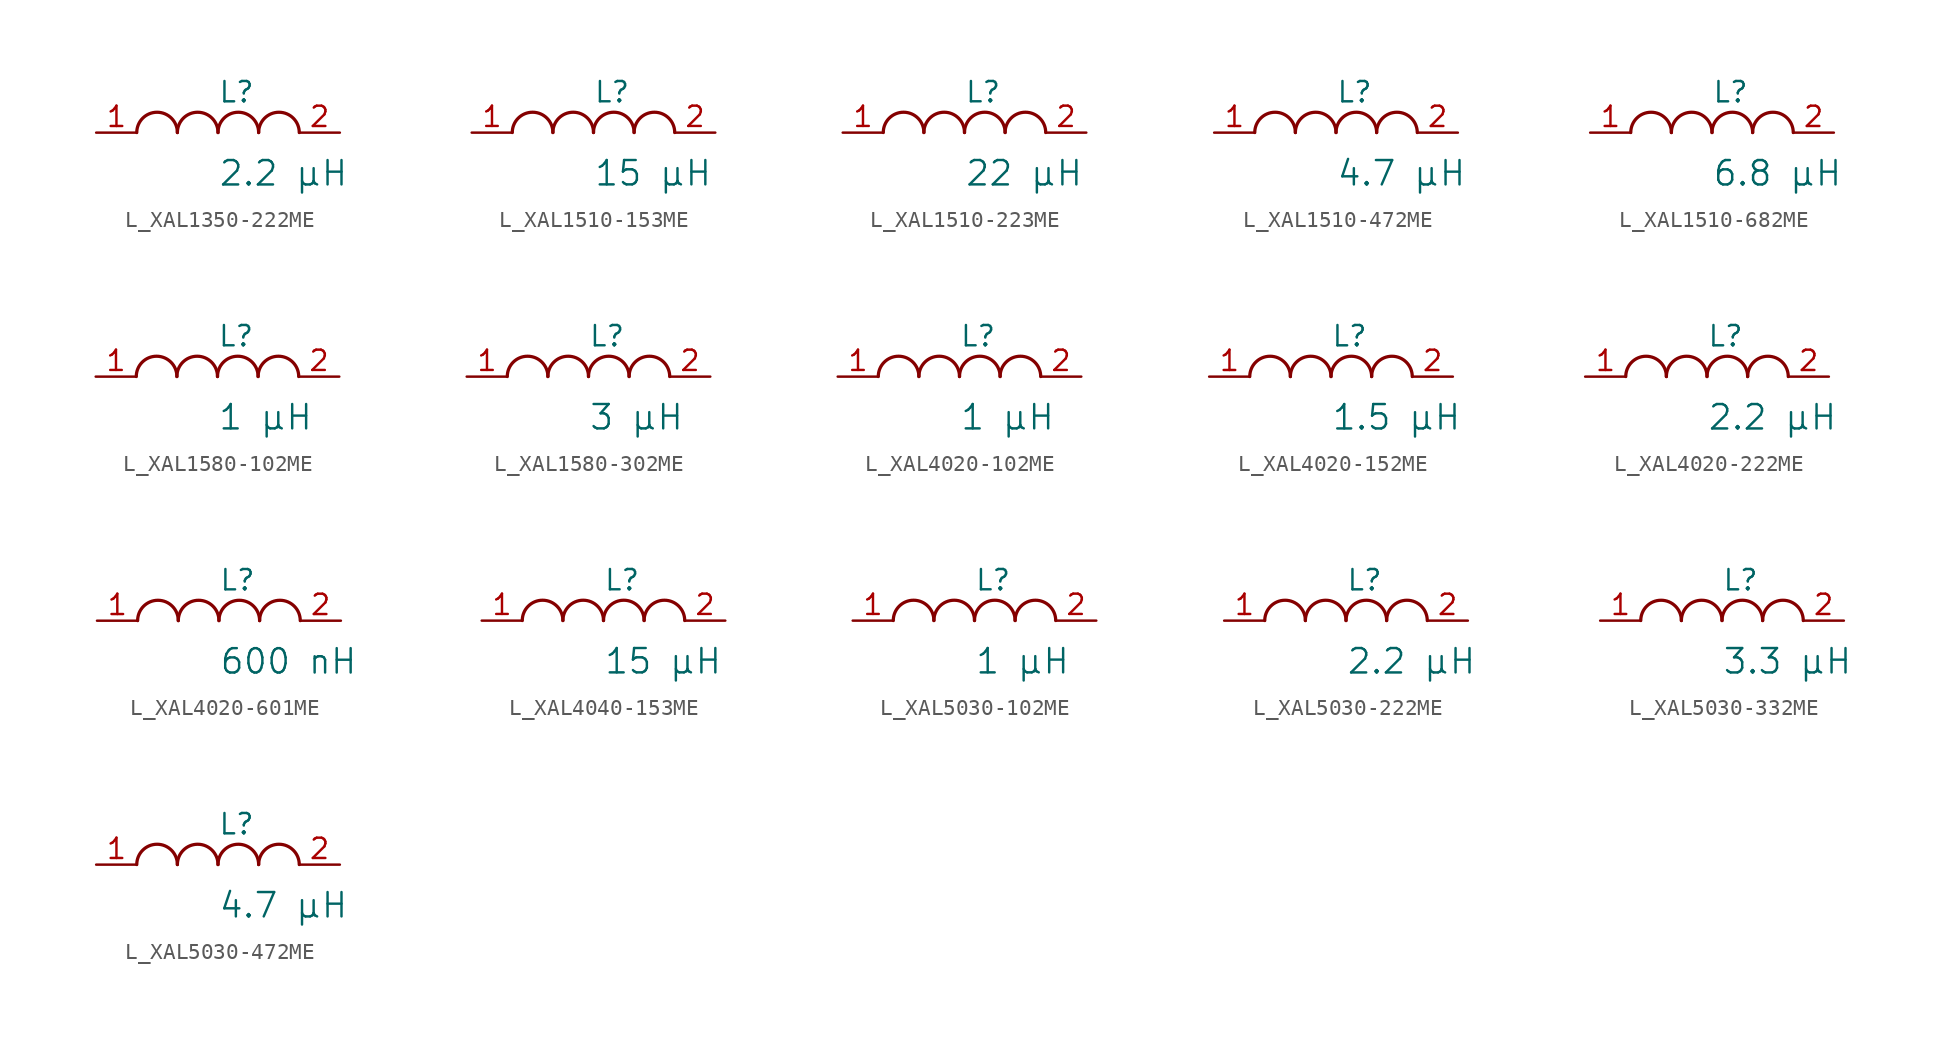
<source format=kicad_sym>
(kicad_symbol_lib
  (version 20231120)
  (generator "kicad_symbol_editor")
  (generator_version "8.0")
  (symbol "L_XAL1350-222ME"
    (pin_names
      (offset 0.254))
    (property "Reference" "L"
      (at 0 2.54 0)
      (effects (font (size 1.27 1.27)) (justify left)))
    (property "Value" "2.2 µH"
      (at 0 -2.54 0)
      (effects (font (size 1.524 1.524)) (justify left)))
    (symbol "L_XAL1350-222ME_1_1"
      (arc (start -2.54 0.0056) (mid -3.81 1.27) (end -5.08 0.0056) (stroke (width 0.2032) (type default)) (fill (type none)))
      (arc (start 0 0.0056) (mid -1.27 1.27) (end -2.54 0.0056) (stroke (width 0.2032) (type default)) (fill (type none)))
      (arc (start 2.54 0.0056) (mid 1.27 1.27) (end 0 0.0056) (stroke (width 0.2032) (type default)) (fill (type none)))
      (arc (start 5.08 0.0056) (mid 3.81 1.27) (end 2.54 0.0056) (stroke (width 0.2032) (type default)) (fill (type none)))
      (pin unspecified line (at -7.62 0 0) (length 2.54) (name "" (effects (font (size 1.27 1.27)))) (number "1" (effects (font (size 1.27 1.27)))))
      (pin unspecified line (at 7.62 0 180) (length 2.54) (name "" (effects (font (size 1.27 1.27)))) (number "2" (effects (font (size 1.27 1.27)))))))
  (symbol "L_XAL1510-153ME"
    (pin_names
      (offset 0.254))
    (property "Reference" "L"
      (at 0 2.54 0)
      (effects (font (size 1.27 1.27)) (justify left)))
    (property "Value" "15 µH"
      (at 0 -2.54 0)
      (effects (font (size 1.524 1.524)) (justify left)))
    (symbol "L_XAL1510-153ME_1_1"
      (arc (start -2.54 0.0056) (mid -3.81 1.27) (end -5.08 0.0056) (stroke (width 0.2032) (type default)) (fill (type none)))
      (arc (start 0 0.0056) (mid -1.27 1.27) (end -2.54 0.0056) (stroke (width 0.2032) (type default)) (fill (type none)))
      (arc (start 2.54 0.0056) (mid 1.27 1.27) (end 0 0.0056) (stroke (width 0.2032) (type default)) (fill (type none)))
      (arc (start 5.08 0.0056) (mid 3.81 1.27) (end 2.54 0.0056) (stroke (width 0.2032) (type default)) (fill (type none)))
      (pin unspecified line (at -7.62 0 0) (length 2.54) (name "" (effects (font (size 1.27 1.27)))) (number "1" (effects (font (size 1.27 1.27)))))
      (pin unspecified line (at 7.62 0 180) (length 2.54) (name "" (effects (font (size 1.27 1.27)))) (number "2" (effects (font (size 1.27 1.27)))))))
  (symbol "L_XAL1510-223ME"
    (pin_names
      (offset 0.254))
    (property "Reference" "L"
      (at 0 2.54 0)
      (effects (font (size 1.27 1.27)) (justify left)))
    (property "Value" "22 µH"
      (at 0 -2.54 0)
      (effects (font (size 1.524 1.524)) (justify left)))
    (symbol "L_XAL1510-223ME_1_1"
      (arc (start -2.54 0.0056) (mid -3.81 1.27) (end -5.08 0.0056) (stroke (width 0.2032) (type default)) (fill (type none)))
      (arc (start 0 0.0056) (mid -1.27 1.27) (end -2.54 0.0056) (stroke (width 0.2032) (type default)) (fill (type none)))
      (arc (start 2.54 0.0056) (mid 1.27 1.27) (end 0 0.0056) (stroke (width 0.2032) (type default)) (fill (type none)))
      (arc (start 5.08 0.0056) (mid 3.81 1.27) (end 2.54 0.0056) (stroke (width 0.2032) (type default)) (fill (type none)))
      (pin unspecified line (at -7.62 0 0) (length 2.54) (name "" (effects (font (size 1.27 1.27)))) (number "1" (effects (font (size 1.27 1.27)))))
      (pin unspecified line (at 7.62 0 180) (length 2.54) (name "" (effects (font (size 1.27 1.27)))) (number "2" (effects (font (size 1.27 1.27)))))))
  (symbol "L_XAL1510-472ME"
    (pin_names
      (offset 0.254))
    (property "Reference" "L"
      (at 0 2.54 0)
      (effects (font (size 1.27 1.27)) (justify left)))
    (property "Value" "4.7 µH"
      (at 0 -2.54 0)
      (effects (font (size 1.524 1.524)) (justify left)))
    (symbol "L_XAL1510-472ME_1_1"
      (arc (start -2.54 0.0056) (mid -3.81 1.27) (end -5.08 0.0056) (stroke (width 0.2032) (type default)) (fill (type none)))
      (arc (start 0 0.0056) (mid -1.27 1.27) (end -2.54 0.0056) (stroke (width 0.2032) (type default)) (fill (type none)))
      (arc (start 2.54 0.0056) (mid 1.27 1.27) (end 0 0.0056) (stroke (width 0.2032) (type default)) (fill (type none)))
      (arc (start 5.08 0.0056) (mid 3.81 1.27) (end 2.54 0.0056) (stroke (width 0.2032) (type default)) (fill (type none)))
      (pin unspecified line (at -7.62 0 0) (length 2.54) (name "" (effects (font (size 1.27 1.27)))) (number "1" (effects (font (size 1.27 1.27)))))
      (pin unspecified line (at 7.62 0 180) (length 2.54) (name "" (effects (font (size 1.27 1.27)))) (number "2" (effects (font (size 1.27 1.27)))))))
  (symbol "L_XAL1510-682ME"
    (pin_names
      (offset 0.254))
    (property "Reference" "L"
      (at 0 2.54 0)
      (effects (font (size 1.27 1.27)) (justify left)))
    (property "Value" "6.8 µH"
      (at 0 -2.54 0)
      (effects (font (size 1.524 1.524)) (justify left)))
    (symbol "L_XAL1510-682ME_1_1"
      (arc (start -2.54 0.0056) (mid -3.81 1.27) (end -5.08 0.0056) (stroke (width 0.2032) (type default)) (fill (type none)))
      (arc (start 0 0.0056) (mid -1.27 1.27) (end -2.54 0.0056) (stroke (width 0.2032) (type default)) (fill (type none)))
      (arc (start 2.54 0.0056) (mid 1.27 1.27) (end 0 0.0056) (stroke (width 0.2032) (type default)) (fill (type none)))
      (arc (start 5.08 0.0056) (mid 3.81 1.27) (end 2.54 0.0056) (stroke (width 0.2032) (type default)) (fill (type none)))
      (pin unspecified line (at -7.62 0 0) (length 2.54) (name "" (effects (font (size 1.27 1.27)))) (number "1" (effects (font (size 1.27 1.27)))))
      (pin unspecified line (at 7.62 0 180) (length 2.54) (name "" (effects (font (size 1.27 1.27)))) (number "2" (effects (font (size 1.27 1.27)))))))
  (symbol "L_XAL1580-102ME"
    (pin_names
      (offset 0.254))
    (property "Reference" "L"
      (at 0 2.54 0)
      (effects (font (size 1.27 1.27)) (justify left)))
    (property "Value" "1 µH"
      (at 0 -2.54 0)
      (effects (font (size 1.524 1.524)) (justify left)))
    (symbol "L_XAL1580-102ME_1_1"
      (arc (start -2.54 0.0056) (mid -3.81 1.27) (end -5.08 0.0056) (stroke (width 0.2032) (type default)) (fill (type none)))
      (arc (start 0 0.0056) (mid -1.27 1.27) (end -2.54 0.0056) (stroke (width 0.2032) (type default)) (fill (type none)))
      (arc (start 2.54 0.0056) (mid 1.27 1.27) (end 0 0.0056) (stroke (width 0.2032) (type default)) (fill (type none)))
      (arc (start 5.08 0.0056) (mid 3.81 1.27) (end 2.54 0.0056) (stroke (width 0.2032) (type default)) (fill (type none)))
      (pin unspecified line (at -7.62 0 0) (length 2.54) (name "" (effects (font (size 1.27 1.27)))) (number "1" (effects (font (size 1.27 1.27)))))
      (pin unspecified line (at 7.62 0 180) (length 2.54) (name "" (effects (font (size 1.27 1.27)))) (number "2" (effects (font (size 1.27 1.27)))))))
  (symbol "L_XAL1580-302ME"
    (pin_names
      (offset 0.254))
    (property "Reference" "L"
      (at 0 2.54 0)
      (effects (font (size 1.27 1.27)) (justify left)))
    (property "Value" "3 µH"
      (at 0 -2.54 0)
      (effects (font (size 1.524 1.524)) (justify left)))
    (symbol "L_XAL1580-302ME_1_1"
      (arc (start -2.54 0.0056) (mid -3.81 1.27) (end -5.08 0.0056) (stroke (width 0.2032) (type default)) (fill (type none)))
      (arc (start 0 0.0056) (mid -1.27 1.27) (end -2.54 0.0056) (stroke (width 0.2032) (type default)) (fill (type none)))
      (arc (start 2.54 0.0056) (mid 1.27 1.27) (end 0 0.0056) (stroke (width 0.2032) (type default)) (fill (type none)))
      (arc (start 5.08 0.0056) (mid 3.81 1.27) (end 2.54 0.0056) (stroke (width 0.2032) (type default)) (fill (type none)))
      (pin unspecified line (at -7.62 0 0) (length 2.54) (name "" (effects (font (size 1.27 1.27)))) (number "1" (effects (font (size 1.27 1.27)))))
      (pin unspecified line (at 7.62 0 180) (length 2.54) (name "" (effects (font (size 1.27 1.27)))) (number "2" (effects (font (size 1.27 1.27)))))))
  (symbol "L_XAL4020-102ME"
    (pin_names
      (offset 0.254))
    (property "Reference" "L"
      (at 0 2.54 0)
      (effects (font (size 1.27 1.27)) (justify left)))
    (property "Value" "1 µH"
      (at 0 -2.54 0)
      (effects (font (size 1.524 1.524)) (justify left)))
    (symbol "L_XAL4020-102ME_1_1"
      (arc (start -2.54 0.0056) (mid -3.81 1.27) (end -5.08 0.0056) (stroke (width 0.2032) (type default)) (fill (type none)))
      (arc (start 0 0.0056) (mid -1.27 1.27) (end -2.54 0.0056) (stroke (width 0.2032) (type default)) (fill (type none)))
      (arc (start 2.54 0.0056) (mid 1.27 1.27) (end 0 0.0056) (stroke (width 0.2032) (type default)) (fill (type none)))
      (arc (start 5.08 0.0056) (mid 3.81 1.27) (end 2.54 0.0056) (stroke (width 0.2032) (type default)) (fill (type none)))
      (pin unspecified line (at -7.62 0 0) (length 2.54) (name "" (effects (font (size 1.27 1.27)))) (number "1" (effects (font (size 1.27 1.27)))))
      (pin unspecified line (at 7.62 0 180) (length 2.54) (name "" (effects (font (size 1.27 1.27)))) (number "2" (effects (font (size 1.27 1.27)))))))
  (symbol "L_XAL4020-152ME"
    (pin_names
      (offset 0.254))
    (property "Reference" "L"
      (at 0 2.54 0)
      (effects (font (size 1.27 1.27)) (justify left)))
    (property "Value" "1.5 µH"
      (at 0 -2.54 0)
      (effects (font (size 1.524 1.524)) (justify left)))
    (symbol "L_XAL4020-152ME_1_1"
      (arc (start -2.54 0.0056) (mid -3.81 1.27) (end -5.08 0.0056) (stroke (width 0.2032) (type default)) (fill (type none)))
      (arc (start 0 0.0056) (mid -1.27 1.27) (end -2.54 0.0056) (stroke (width 0.2032) (type default)) (fill (type none)))
      (arc (start 2.54 0.0056) (mid 1.27 1.27) (end 0 0.0056) (stroke (width 0.2032) (type default)) (fill (type none)))
      (arc (start 5.08 0.0056) (mid 3.81 1.27) (end 2.54 0.0056) (stroke (width 0.2032) (type default)) (fill (type none)))
      (pin unspecified line (at -7.62 0 0) (length 2.54) (name "" (effects (font (size 1.27 1.27)))) (number "1" (effects (font (size 1.27 1.27)))))
      (pin unspecified line (at 7.62 0 180) (length 2.54) (name "" (effects (font (size 1.27 1.27)))) (number "2" (effects (font (size 1.27 1.27)))))))
  (symbol "L_XAL4020-222ME"
    (pin_names
      (offset 0.254))
    (property "Reference" "L"
      (at 0 2.54 0)
      (effects (font (size 1.27 1.27)) (justify left)))
    (property "Value" "2.2 µH"
      (at 0 -2.54 0)
      (effects (font (size 1.524 1.524)) (justify left)))
    (symbol "L_XAL4020-222ME_1_1"
      (arc (start -2.54 0.0056) (mid -3.81 1.27) (end -5.08 0.0056) (stroke (width 0.2032) (type default)) (fill (type none)))
      (arc (start 0 0.0056) (mid -1.27 1.27) (end -2.54 0.0056) (stroke (width 0.2032) (type default)) (fill (type none)))
      (arc (start 2.54 0.0056) (mid 1.27 1.27) (end 0 0.0056) (stroke (width 0.2032) (type default)) (fill (type none)))
      (arc (start 5.08 0.0056) (mid 3.81 1.27) (end 2.54 0.0056) (stroke (width 0.2032) (type default)) (fill (type none)))
      (pin unspecified line (at -7.62 0 0) (length 2.54) (name "" (effects (font (size 1.27 1.27)))) (number "1" (effects (font (size 1.27 1.27)))))
      (pin unspecified line (at 7.62 0 180) (length 2.54) (name "" (effects (font (size 1.27 1.27)))) (number "2" (effects (font (size 1.27 1.27)))))))
  (symbol "L_XAL4020-601ME"
    (pin_names
      (offset 0.254))
    (property "Reference" "L"
      (at 0 2.54 0)
      (effects (font (size 1.27 1.27)) (justify left)))
    (property "Value" "600 nH"
      (at 0 -2.54 0)
      (effects (font (size 1.524 1.524)) (justify left)))
    (symbol "L_XAL4020-601ME_1_1"
      (arc (start -2.54 0.0056) (mid -3.81 1.27) (end -5.08 0.0056) (stroke (width 0.2032) (type default)) (fill (type none)))
      (arc (start 0 0.0056) (mid -1.27 1.27) (end -2.54 0.0056) (stroke (width 0.2032) (type default)) (fill (type none)))
      (arc (start 2.54 0.0056) (mid 1.27 1.27) (end 0 0.0056) (stroke (width 0.2032) (type default)) (fill (type none)))
      (arc (start 5.08 0.0056) (mid 3.81 1.27) (end 2.54 0.0056) (stroke (width 0.2032) (type default)) (fill (type none)))
      (pin unspecified line (at -7.62 0 0) (length 2.54) (name "" (effects (font (size 1.27 1.27)))) (number "1" (effects (font (size 1.27 1.27)))))
      (pin unspecified line (at 7.62 0 180) (length 2.54) (name "" (effects (font (size 1.27 1.27)))) (number "2" (effects (font (size 1.27 1.27)))))))
  (symbol "L_XAL4040-153ME"
    (pin_names
      (offset 0.254))
    (property "Reference" "L"
      (at 0 2.54 0)
      (effects (font (size 1.27 1.27)) (justify left)))
    (property "Value" "15 µH"
      (at 0 -2.54 0)
      (effects (font (size 1.524 1.524)) (justify left)))
    (symbol "L_XAL4040-153ME_1_1"
      (arc (start -2.54 0.0056) (mid -3.81 1.27) (end -5.08 0.0056) (stroke (width 0.2032) (type default)) (fill (type none)))
      (arc (start 0 0.0056) (mid -1.27 1.27) (end -2.54 0.0056) (stroke (width 0.2032) (type default)) (fill (type none)))
      (arc (start 2.54 0.0056) (mid 1.27 1.27) (end 0 0.0056) (stroke (width 0.2032) (type default)) (fill (type none)))
      (arc (start 5.08 0.0056) (mid 3.81 1.27) (end 2.54 0.0056) (stroke (width 0.2032) (type default)) (fill (type none)))
      (pin unspecified line (at -7.62 0 0) (length 2.54) (name "" (effects (font (size 1.27 1.27)))) (number "1" (effects (font (size 1.27 1.27)))))
      (pin unspecified line (at 7.62 0 180) (length 2.54) (name "" (effects (font (size 1.27 1.27)))) (number "2" (effects (font (size 1.27 1.27)))))))
  (symbol "L_XAL5030-102ME"
    (pin_names
      (offset 0.254))
    (property "Reference" "L"
      (at 0 2.54 0)
      (effects (font (size 1.27 1.27)) (justify left)))
    (property "Value" "1 µH"
      (at 0 -2.54 0)
      (effects (font (size 1.524 1.524)) (justify left)))
    (symbol "L_XAL5030-102ME_1_1"
      (arc (start -2.54 0.0056) (mid -3.81 1.27) (end -5.08 0.0056) (stroke (width 0.2032) (type default)) (fill (type none)))
      (arc (start 0 0.0056) (mid -1.27 1.27) (end -2.54 0.0056) (stroke (width 0.2032) (type default)) (fill (type none)))
      (arc (start 2.54 0.0056) (mid 1.27 1.27) (end 0 0.0056) (stroke (width 0.2032) (type default)) (fill (type none)))
      (arc (start 5.08 0.0056) (mid 3.81 1.27) (end 2.54 0.0056) (stroke (width 0.2032) (type default)) (fill (type none)))
      (pin unspecified line (at -7.62 0 0) (length 2.54) (name "" (effects (font (size 1.27 1.27)))) (number "1" (effects (font (size 1.27 1.27)))))
      (pin unspecified line (at 7.62 0 180) (length 2.54) (name "" (effects (font (size 1.27 1.27)))) (number "2" (effects (font (size 1.27 1.27)))))))
  (symbol "L_XAL5030-222ME"
    (pin_names
      (offset 0.254))
    (property "Reference" "L"
      (at 0 2.54 0)
      (effects (font (size 1.27 1.27)) (justify left)))
    (property "Value" "2.2 µH"
      (at 0 -2.54 0)
      (effects (font (size 1.524 1.524)) (justify left)))
    (symbol "L_XAL5030-222ME_1_1"
      (arc (start -2.54 0.0056) (mid -3.81 1.27) (end -5.08 0.0056) (stroke (width 0.2032) (type default)) (fill (type none)))
      (arc (start 0 0.0056) (mid -1.27 1.27) (end -2.54 0.0056) (stroke (width 0.2032) (type default)) (fill (type none)))
      (arc (start 2.54 0.0056) (mid 1.27 1.27) (end 0 0.0056) (stroke (width 0.2032) (type default)) (fill (type none)))
      (arc (start 5.08 0.0056) (mid 3.81 1.27) (end 2.54 0.0056) (stroke (width 0.2032) (type default)) (fill (type none)))
      (pin unspecified line (at -7.62 0 0) (length 2.54) (name "" (effects (font (size 1.27 1.27)))) (number "1" (effects (font (size 1.27 1.27)))))
      (pin unspecified line (at 7.62 0 180) (length 2.54) (name "" (effects (font (size 1.27 1.27)))) (number "2" (effects (font (size 1.27 1.27)))))))
  (symbol "L_XAL5030-332ME"
    (pin_names
      (offset 0.254))
    (property "Reference" "L"
      (at 0 2.54 0)
      (effects (font (size 1.27 1.27)) (justify left)))
    (property "Value" "3.3 µH"
      (at 0 -2.54 0)
      (effects (font (size 1.524 1.524)) (justify left)))
    (symbol "L_XAL5030-332ME_1_1"
      (arc (start -2.54 0.0056) (mid -3.81 1.27) (end -5.08 0.0056) (stroke (width 0.2032) (type default)) (fill (type none)))
      (arc (start 0 0.0056) (mid -1.27 1.27) (end -2.54 0.0056) (stroke (width 0.2032) (type default)) (fill (type none)))
      (arc (start 2.54 0.0056) (mid 1.27 1.27) (end 0 0.0056) (stroke (width 0.2032) (type default)) (fill (type none)))
      (arc (start 5.08 0.0056) (mid 3.81 1.27) (end 2.54 0.0056) (stroke (width 0.2032) (type default)) (fill (type none)))
      (pin unspecified line (at -7.62 0 0) (length 2.54) (name "" (effects (font (size 1.27 1.27)))) (number "1" (effects (font (size 1.27 1.27)))))
      (pin unspecified line (at 7.62 0 180) (length 2.54) (name "" (effects (font (size 1.27 1.27)))) (number "2" (effects (font (size 1.27 1.27)))))))
  (symbol "L_XAL5030-472ME"
    (pin_names
      (offset 0.254))
    (property "Reference" "L"
      (at 0 2.54 0)
      (effects (font (size 1.27 1.27)) (justify left)))
    (property "Value" "4.7 µH"
      (at 0 -2.54 0)
      (effects (font (size 1.524 1.524)) (justify left)))
    (symbol "L_XAL5030-472ME_1_1"
      (arc (start -2.54 0.0056) (mid -3.81 1.27) (end -5.08 0.0056) (stroke (width 0.2032) (type default)) (fill (type none)))
      (arc (start 0 0.0056) (mid -1.27 1.27) (end -2.54 0.0056) (stroke (width 0.2032) (type default)) (fill (type none)))
      (arc (start 2.54 0.0056) (mid 1.27 1.27) (end 0 0.0056) (stroke (width 0.2032) (type default)) (fill (type none)))
      (arc (start 5.08 0.0056) (mid 3.81 1.27) (end 2.54 0.0056) (stroke (width 0.2032) (type default)) (fill (type none)))
      (pin unspecified line (at -7.62 0 0) (length 2.54) (name "" (effects (font (size 1.27 1.27)))) (number "1" (effects (font (size 1.27 1.27)))))
      (pin unspecified line (at 7.62 0 180) (length 2.54) (name "" (effects (font (size 1.27 1.27)))) (number "2" (effects (font (size 1.27 1.27))))))))
</source>
